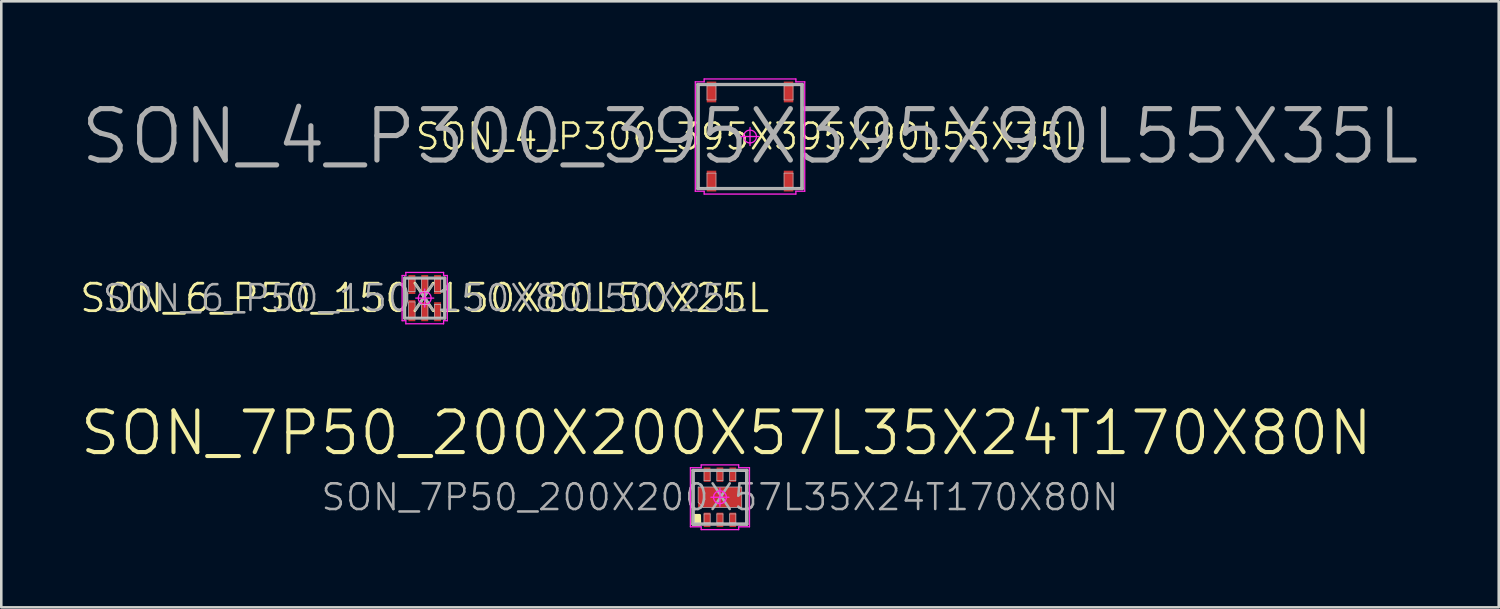
<source format=kicad_pcb>
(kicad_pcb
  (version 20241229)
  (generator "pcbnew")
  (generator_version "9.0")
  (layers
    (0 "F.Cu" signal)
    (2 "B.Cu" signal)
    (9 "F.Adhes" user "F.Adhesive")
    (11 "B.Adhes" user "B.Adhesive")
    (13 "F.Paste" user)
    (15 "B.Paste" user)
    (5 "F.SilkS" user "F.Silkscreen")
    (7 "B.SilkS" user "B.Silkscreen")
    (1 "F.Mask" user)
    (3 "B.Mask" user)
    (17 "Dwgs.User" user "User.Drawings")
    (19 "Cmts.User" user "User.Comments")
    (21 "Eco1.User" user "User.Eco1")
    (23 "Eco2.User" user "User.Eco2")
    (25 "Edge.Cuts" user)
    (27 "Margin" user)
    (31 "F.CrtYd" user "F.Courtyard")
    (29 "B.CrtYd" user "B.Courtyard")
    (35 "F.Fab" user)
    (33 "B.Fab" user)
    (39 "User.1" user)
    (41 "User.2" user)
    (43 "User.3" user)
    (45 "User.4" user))
  (footprint "SON_7P50_200X200X57L35X24T170X80N"
    (layer "F.Cu")
    (at 24.977 16.308)
    (property "Reference" "SON_7P50_200X200X57L35X24T170X80N" (at 0 0 0) (layer "F.Fab") (effects (font (size 1 1) (thickness 0.1))))
    (attr smd)
    (fp_line (start -1.05 -1.05) (end -0.78 -1.05) (stroke (width 0.1) (type solid)) (layer "F.SilkS"))
    (fp_line (start -1.05 1.05) (end -1.05 -1.05) (stroke (width 0.1) (type solid)) (layer "F.SilkS"))
    (fp_line (start -0.78 1.05) (end -1.05 1.05) (stroke (width 0.1) (type solid)) (layer "F.SilkS"))
    (fp_line (start 0.78 1.05) (end 1.05 1.05) (stroke (width 0.1) (type solid)) (layer "F.SilkS"))
    (fp_line (start 1.05 -1.05) (end 0.78 -1.05) (stroke (width 0.1) (type solid)) (layer "F.SilkS"))
    (fp_line (start 1.05 1.05) (end 1.05 -1.05) (stroke (width 0.1) (type solid)) (layer "F.SilkS"))
    (fp_poly (pts (xy -0.78 1.05) (xy -1.05 1.05) (xy -1.041 0.7) (xy -0.787 0.7)) (stroke (width 0.1) (type solid)) (fill yes) (layer "F.SilkS"))
    (fp_line (start -1 -1) (end 1 -1) (stroke (width 0.025) (type solid)) (layer "Dwgs.User"))
    (fp_line (start -1 1) (end -1 -1) (stroke (width 0.025) (type solid)) (layer "Dwgs.User"))
    (fp_line (start -0.85 -0.4) (end -0.85 0.2) (stroke (width 0.025) (type solid)) (layer "Dwgs.User"))
    (fp_line (start -0.85 0.2) (end -0.65 0.4) (stroke (width 0.025) (type solid)) (layer "Dwgs.User"))
    (fp_line (start -0.65 0.4) (end 0.85 0.4) (stroke (width 0.025) (type solid)) (layer "Dwgs.User"))
    (fp_line (start -0.62 -1) (end -0.38 -1) (stroke (width 0.025) (type solid)) (layer "Dwgs.User"))
    (fp_line (start -0.62 -0.65) (end -0.62 -1) (stroke (width 0.025) (type solid)) (layer "Dwgs.User"))
    (fp_line (start -0.62 0.65) (end -0.38 0.65) (stroke (width 0.025) (type solid)) (layer "Dwgs.User"))
    (fp_line (start -0.62 1) (end -0.62 0.65) (stroke (width 0.025) (type solid)) (layer "Dwgs.User"))
    (fp_line (start -0.38 -1) (end -0.38 -0.65) (stroke (width 0.025) (type solid)) (layer "Dwgs.User"))
    (fp_line (start -0.38 -0.65) (end -0.62 -0.65) (stroke (width 0.025) (type solid)) (layer "Dwgs.User"))
    (fp_line (start -0.38 0.65) (end -0.38 1) (stroke (width 0.025) (type solid)) (layer "Dwgs.User"))
    (fp_line (start -0.38 1) (end -0.62 1) (stroke (width 0.025) (type solid)) (layer "Dwgs.User"))
    (fp_line (start -0.12 -1) (end 0.12 -1) (stroke (width 0.025) (type solid)) (layer "Dwgs.User"))
    (fp_line (start -0.12 -0.65) (end -0.12 -1) (stroke (width 0.025) (type solid)) (layer "Dwgs.User"))
    (fp_line (start -0.12 0.65) (end 0.12 0.65) (stroke (width 0.025) (type solid)) (layer "Dwgs.User"))
    (fp_line (start -0.12 1) (end -0.12 0.65) (stroke (width 0.025) (type solid)) (layer "Dwgs.User"))
    (fp_line (start 0.12 -1) (end 0.12 -0.65) (stroke (width 0.025) (type solid)) (layer "Dwgs.User"))
    (fp_line (start 0.12 -0.65) (end -0.12 -0.65) (stroke (width 0.025) (type solid)) (layer "Dwgs.User"))
    (fp_line (start 0.12 0.65) (end 0.12 1) (stroke (width 0.025) (type solid)) (layer "Dwgs.User"))
    (fp_line (start 0.12 1) (end -0.12 1) (stroke (width 0.025) (type solid)) (layer "Dwgs.User"))
    (fp_line (start 0.38 -1) (end 0.62 -1) (stroke (width 0.025) (type solid)) (layer "Dwgs.User"))
    (fp_line (start 0.38 -0.65) (end 0.38 -1) (stroke (width 0.025) (type solid)) (layer "Dwgs.User"))
    (fp_line (start 0.38 0.65) (end 0.62 0.65) (stroke (width 0.025) (type solid)) (layer "Dwgs.User"))
    (fp_line (start 0.38 1) (end 0.38 0.65) (stroke (width 0.025) (type solid)) (layer "Dwgs.User"))
    (fp_line (start 0.62 -1) (end 0.62 -0.65) (stroke (width 0.025) (type solid)) (layer "Dwgs.User"))
    (fp_line (start 0.62 -0.65) (end 0.38 -0.65) (stroke (width 0.025) (type solid)) (layer "Dwgs.User"))
    (fp_line (start 0.62 0.65) (end 0.62 1) (stroke (width 0.025) (type solid)) (layer "Dwgs.User"))
    (fp_line (start 0.62 1) (end 0.38 1) (stroke (width 0.025) (type solid)) (layer "Dwgs.User"))
    (fp_line (start 0.85 -0.4) (end -0.85 -0.4) (stroke (width 0.025) (type solid)) (layer "Dwgs.User"))
    (fp_line (start 0.85 0.4) (end 0.85 -0.4) (stroke (width 0.025) (type solid)) (layer "Dwgs.User"))
    (fp_line (start 1 -1) (end 1 1) (stroke (width 0.025) (type solid)) (layer "Dwgs.User"))
    (fp_line (start 1 1) (end -1 1) (stroke (width 0.025) (type solid)) (layer "Dwgs.User"))
    (fp_line (start -1.15 -1.15) (end -1.15 1.15) (stroke (width 0.05) (type solid)) (layer "F.CrtYd"))
    (fp_line (start -1.15 1.15) (end -0.73 1.15) (stroke (width 0.05) (type solid)) (layer "F.CrtYd"))
    (fp_line (start -0.73 -1.26) (end -0.73 -1.15) (stroke (width 0.05) (type solid)) (layer "F.CrtYd"))
    (fp_line (start -0.73 -1.15) (end -1.15 -1.15) (stroke (width 0.05) (type solid)) (layer "F.CrtYd"))
    (fp_line (start -0.73 1.15) (end -0.73 1.26) (stroke (width 0.05) (type solid)) (layer "F.CrtYd"))
    (fp_line (start -0.73 1.26) (end 0.73 1.26) (stroke (width 0.05) (type solid)) (layer "F.CrtYd"))
    (fp_line (start -0.35 0) (end 0.35 0) (stroke (width 0.05) (type solid)) (layer "F.CrtYd"))
    (fp_line (start 0 -0.35) (end 0 0.35) (stroke (width 0.05) (type solid)) (layer "F.CrtYd"))
    (fp_line (start 0.73 -1.26) (end -0.73 -1.26) (stroke (width 0.05) (type solid)) (layer "F.CrtYd"))
    (fp_line (start 0.73 -1.15) (end 0.73 -1.26) (stroke (width 0.05) (type solid)) (layer "F.CrtYd"))
    (fp_line (start 0.73 1.15) (end 1.15 1.15) (stroke (width 0.05) (type solid)) (layer "F.CrtYd"))
    (fp_line (start 0.73 1.26) (end 0.73 1.15) (stroke (width 0.05) (type solid)) (layer "F.CrtYd"))
    (fp_line (start 1.15 -1.15) (end 0.73 -1.15) (stroke (width 0.05) (type solid)) (layer "F.CrtYd"))
    (fp_line (start 1.15 1.15) (end 1.15 -1.15) (stroke (width 0.05) (type solid)) (layer "F.CrtYd"))
    (fp_circle (center 0 0) (end 0 0.25) (stroke (width 0.05) (type solid)) (fill no) (layer "F.CrtYd"))
    (fp_line (start -1.05 -1.05) (end 1.05 -1.05) (stroke (width 0.12) (type solid)) (layer "F.Fab"))
    (fp_line (start -1.05 1.05) (end -1.05 -1.05) (stroke (width 0.12) (type solid)) (layer "F.Fab"))
    (fp_line (start 1.05 -1.05) (end 1.05 1.05) (stroke (width 0.12) (type solid)) (layer "F.Fab"))
    (fp_line (start 1.05 1.05) (end -1.05 1.05) (stroke (width 0.12) (type solid)) (layer "F.Fab"))
    (fp_text user "${REFERENCE}" (at 0.25 -2.5 0) (layer "F.SilkS") (effects (font (size 1.62 1.62) (thickness 0.16))))
    (pad "1" smd rect (at -0.5 0.88 90) (size 0.56 0.26) (layers "F.Cu" "F.Mask" "F.Paste"))
    (pad "2" smd rect (at 0 0.88 90) (size 0.56 0.26) (layers "F.Cu" "F.Mask" "F.Paste"))
    (pad "3" smd rect (at 0.5 0.88 90) (size 0.56 0.26) (layers "F.Cu" "F.Mask" "F.Paste"))
    (pad "4" smd rect (at 0.5 -0.88 90) (size 0.56 0.26) (layers "F.Cu" "F.Mask" "F.Paste"))
    (pad "5" smd rect (at 0 -0.88 90) (size 0.56 0.26) (layers "F.Cu" "F.Mask" "F.Paste"))
    (pad "6" smd rect (at -0.5 -0.88 90) (size 0.56 0.26) (layers "F.Cu" "F.Mask" "F.Paste"))
    (pad "7" smd rect (at 0 0 90) (size 0.8 1.7) (layers "F.Cu" "F.Mask" "F.Paste")))
  (footprint "SON_6_P50_150X150X80L50X25L"
    (layer "F.Cu")
    (at 13.484 8.555)
    (property "Reference" "SON_6_P50_150X150X80L50X25L" (at 0 0 0) (layer "F.Fab") (effects (font (size 1 1) (thickness 0.1))))
    (attr smd)
    (fp_line (start -0.785 0.78) (end -0.785 -0.78) (stroke (width 0.1) (type solid)) (layer "F.SilkS"))
    (fp_line (start 0.785 0.78) (end 0.785 -0.78) (stroke (width 0.1) (type solid)) (layer "F.SilkS"))
    (fp_line (start -0.75 -0.75) (end 0.75 -0.75) (stroke (width 0.025) (type solid)) (layer "Dwgs.User"))
    (fp_line (start -0.75 0.75) (end -0.75 -0.75) (stroke (width 0.025) (type solid)) (layer "Dwgs.User"))
    (fp_line (start -0.625 -0.75) (end -0.375 -0.75) (stroke (width 0.025) (type solid)) (layer "Dwgs.User"))
    (fp_line (start -0.625 -0.25) (end -0.625 -0.75) (stroke (width 0.025) (type solid)) (layer "Dwgs.User"))
    (fp_line (start -0.625 0.15) (end -0.375 0.15) (stroke (width 0.025) (type solid)) (layer "Dwgs.User"))
    (fp_line (start -0.625 0.75) (end -0.625 0.15) (stroke (width 0.025) (type solid)) (layer "Dwgs.User"))
    (fp_line (start -0.375 -0.75) (end -0.375 -0.25) (stroke (width 0.025) (type solid)) (layer "Dwgs.User"))
    (fp_line (start -0.375 -0.25) (end -0.625 -0.25) (stroke (width 0.025) (type solid)) (layer "Dwgs.User"))
    (fp_line (start -0.375 0.15) (end -0.375 0.75) (stroke (width 0.025) (type solid)) (layer "Dwgs.User"))
    (fp_line (start -0.375 0.75) (end -0.625 0.75) (stroke (width 0.025) (type solid)) (layer "Dwgs.User"))
    (fp_line (start -0.125 -0.75) (end 0.125 -0.75) (stroke (width 0.025) (type solid)) (layer "Dwgs.User"))
    (fp_line (start -0.125 -0.25) (end -0.125 -0.75) (stroke (width 0.025) (type solid)) (layer "Dwgs.User"))
    (fp_line (start -0.125 0.25) (end 0.125 0.25) (stroke (width 0.025) (type solid)) (layer "Dwgs.User"))
    (fp_line (start -0.125 0.75) (end -0.125 0.25) (stroke (width 0.025) (type solid)) (layer "Dwgs.User"))
    (fp_line (start 0.125 -0.75) (end 0.125 -0.25) (stroke (width 0.025) (type solid)) (layer "Dwgs.User"))
    (fp_line (start 0.125 -0.25) (end -0.125 -0.25) (stroke (width 0.025) (type solid)) (layer "Dwgs.User"))
    (fp_line (start 0.125 0.25) (end 0.125 0.75) (stroke (width 0.025) (type solid)) (layer "Dwgs.User"))
    (fp_line (start 0.125 0.75) (end -0.125 0.75) (stroke (width 0.025) (type solid)) (layer "Dwgs.User"))
    (fp_line (start 0.375 -0.75) (end 0.625 -0.75) (stroke (width 0.025) (type solid)) (layer "Dwgs.User"))
    (fp_line (start 0.375 -0.25) (end 0.375 -0.75) (stroke (width 0.025) (type solid)) (layer "Dwgs.User"))
    (fp_line (start 0.375 0.25) (end 0.625 0.25) (stroke (width 0.025) (type solid)) (layer "Dwgs.User"))
    (fp_line (start 0.375 0.75) (end 0.375 0.25) (stroke (width 0.025) (type solid)) (layer "Dwgs.User"))
    (fp_line (start 0.625 -0.75) (end 0.625 -0.25) (stroke (width 0.025) (type solid)) (layer "Dwgs.User"))
    (fp_line (start 0.625 -0.25) (end 0.375 -0.25) (stroke (width 0.025) (type solid)) (layer "Dwgs.User"))
    (fp_line (start 0.625 0.25) (end 0.625 0.75) (stroke (width 0.025) (type solid)) (layer "Dwgs.User"))
    (fp_line (start 0.625 0.75) (end 0.375 0.75) (stroke (width 0.025) (type solid)) (layer "Dwgs.User"))
    (fp_line (start 0.75 -0.75) (end 0.75 0.75) (stroke (width 0.025) (type solid)) (layer "Dwgs.User"))
    (fp_line (start 0.75 0.75) (end -0.75 0.75) (stroke (width 0.025) (type solid)) (layer "Dwgs.User"))
    (fp_line (start -0.88 -0.88) (end -0.88 0.88) (stroke (width 0.05) (type solid)) (layer "F.CrtYd"))
    (fp_line (start -0.88 0.88) (end -0.735 0.88) (stroke (width 0.05) (type solid)) (layer "F.CrtYd"))
    (fp_line (start -0.735 -1) (end -0.735 -0.88) (stroke (width 0.05) (type solid)) (layer "F.CrtYd"))
    (fp_line (start -0.735 -0.88) (end -0.88 -0.88) (stroke (width 0.05) (type solid)) (layer "F.CrtYd"))
    (fp_line (start -0.735 0.88) (end -0.735 1) (stroke (width 0.05) (type solid)) (layer "F.CrtYd"))
    (fp_line (start -0.735 1) (end 0.735 1) (stroke (width 0.05) (type solid)) (layer "F.CrtYd"))
    (fp_line (start -0.35 0) (end 0.35 0) (stroke (width 0.05) (type solid)) (layer "F.CrtYd"))
    (fp_line (start 0 -0.35) (end 0 0.35) (stroke (width 0.05) (type solid)) (layer "F.CrtYd"))
    (fp_line (start 0.735 -1) (end -0.735 -1) (stroke (width 0.05) (type solid)) (layer "F.CrtYd"))
    (fp_line (start 0.735 -0.88) (end 0.735 -1) (stroke (width 0.05) (type solid)) (layer "F.CrtYd"))
    (fp_line (start 0.735 0.88) (end 0.88 0.88) (stroke (width 0.05) (type solid)) (layer "F.CrtYd"))
    (fp_line (start 0.735 1) (end 0.735 0.88) (stroke (width 0.05) (type solid)) (layer "F.CrtYd"))
    (fp_line (start 0.88 -0.88) (end 0.735 -0.88) (stroke (width 0.05) (type solid)) (layer "F.CrtYd"))
    (fp_line (start 0.88 0.88) (end 0.88 -0.88) (stroke (width 0.05) (type solid)) (layer "F.CrtYd"))
    (fp_circle (center 0 0) (end 0 0.25) (stroke (width 0.05) (type solid)) (fill no) (layer "F.CrtYd"))
    (fp_line (start -0.78 -0.78) (end 0.78 -0.78) (stroke (width 0.12) (type solid)) (layer "F.Fab"))
    (fp_line (start -0.78 0.78) (end -0.78 -0.78) (stroke (width 0.12) (type solid)) (layer "F.Fab"))
    (fp_line (start 0.78 -0.78) (end 0.78 0.78) (stroke (width 0.12) (type solid)) (layer "F.Fab"))
    (fp_line (start 0.78 0.78) (end -0.78 0.78) (stroke (width 0.12) (type solid)) (layer "F.Fab"))
    (fp_text user "${REFERENCE}" (at 0 0 0) (layer "F.SilkS") (effects (font (size 1.07 1.07) (thickness 0.11))))
    (pad "1" smd rect (at -0.5 0.49 90) (size 0.82 0.27) (layers "F.Cu" "F.Mask" "F.Paste"))
    (pad "2" smd rect (at 0 0.53 90) (size 0.74 0.27) (layers "F.Cu" "F.Mask" "F.Paste"))
    (pad "3" smd rect (at 0.5 0.53 90) (size 0.74 0.27) (layers "F.Cu" "F.Mask" "F.Paste"))
    (pad "4" smd rect (at 0.5 -0.53 90) (size 0.74 0.27) (layers "F.Cu" "F.Mask" "F.Paste"))
    (pad "5" smd rect (at 0 -0.53 90) (size 0.74 0.27) (layers "F.Cu" "F.Mask" "F.Paste"))
    (pad "6" smd rect (at -0.5 -0.53 90) (size 0.74 0.27) (layers "F.Cu" "F.Mask" "F.Paste")))
  (footprint "SON_4_P300_395X395X90L55X35L"
    (layer "F.Cu")
    (at 26.148 2.265)
    (property "Reference" "SON_4_P300_395X395X90L55X35L" (at 0 0 0) (layer "F.SilkS") (effects (font (size 1 1) (thickness 0.1))))
    (attr smd)
    (fp_line (start -2.03 -2.03) (end -1.835 -2.03) (stroke (width 0.1) (type solid)) (layer "F.SilkS"))
    (fp_line (start -2.03 2.03) (end -2.03 -2.03) (stroke (width 0.1) (type solid)) (layer "F.SilkS"))
    (fp_line (start -1.835 2.03) (end -2.03 2.03) (stroke (width 0.1) (type solid)) (layer "F.SilkS"))
    (fp_line (start 1.835 2.03) (end 2.03 2.03) (stroke (width 0.1) (type solid)) (layer "F.SilkS"))
    (fp_line (start 2.03 -2.03) (end 1.835 -2.03) (stroke (width 0.1) (type solid)) (layer "F.SilkS"))
    (fp_line (start 2.03 2.03) (end 2.03 -2.03) (stroke (width 0.1) (type solid)) (layer "F.SilkS"))
    (fp_line (start -1.975 -1.975) (end 1.975 -1.975) (stroke (width 0.025) (type solid)) (layer "Dwgs.User"))
    (fp_line (start -1.975 1.975) (end -1.975 -1.975) (stroke (width 0.025) (type solid)) (layer "Dwgs.User"))
    (fp_line (start -1.675 -1.975) (end -1.325 -1.975) (stroke (width 0.025) (type solid)) (layer "Dwgs.User"))
    (fp_line (start -1.675 -1.425) (end -1.675 -1.975) (stroke (width 0.025) (type solid)) (layer "Dwgs.User"))
    (fp_line (start -1.675 1.425) (end -1.325 1.425) (stroke (width 0.025) (type solid)) (layer "Dwgs.User"))
    (fp_line (start -1.675 1.975) (end -1.675 1.425) (stroke (width 0.025) (type solid)) (layer "Dwgs.User"))
    (fp_line (start -1.325 -1.975) (end -1.325 -1.425) (stroke (width 0.025) (type solid)) (layer "Dwgs.User"))
    (fp_line (start -1.325 -1.425) (end -1.675 -1.425) (stroke (width 0.025) (type solid)) (layer "Dwgs.User"))
    (fp_line (start -1.325 1.425) (end -1.325 1.975) (stroke (width 0.025) (type solid)) (layer "Dwgs.User"))
    (fp_line (start -1.325 1.975) (end -1.675 1.975) (stroke (width 0.025) (type solid)) (layer "Dwgs.User"))
    (fp_line (start 1.325 -1.975) (end 1.675 -1.975) (stroke (width 0.025) (type solid)) (layer "Dwgs.User"))
    (fp_line (start 1.325 -1.425) (end 1.325 -1.975) (stroke (width 0.025) (type solid)) (layer "Dwgs.User"))
    (fp_line (start 1.325 1.425) (end 1.675 1.425) (stroke (width 0.025) (type solid)) (layer "Dwgs.User"))
    (fp_line (start 1.325 1.975) (end 1.325 1.425) (stroke (width 0.025) (type solid)) (layer "Dwgs.User"))
    (fp_line (start 1.675 -1.975) (end 1.675 -1.425) (stroke (width 0.025) (type solid)) (layer "Dwgs.User"))
    (fp_line (start 1.675 -1.425) (end 1.325 -1.425) (stroke (width 0.025) (type solid)) (layer "Dwgs.User"))
    (fp_line (start 1.675 1.425) (end 1.675 1.975) (stroke (width 0.025) (type solid)) (layer "Dwgs.User"))
    (fp_line (start 1.675 1.975) (end 1.325 1.975) (stroke (width 0.025) (type solid)) (layer "Dwgs.User"))
    (fp_line (start 1.975 -1.975) (end 1.975 1.975) (stroke (width 0.025) (type solid)) (layer "Dwgs.User"))
    (fp_line (start 1.975 1.975) (end -1.975 1.975) (stroke (width 0.025) (type solid)) (layer "Dwgs.User"))
    (fp_line (start -2.13 -2.13) (end -2.13 2.13) (stroke (width 0.05) (type solid)) (layer "F.CrtYd"))
    (fp_line (start -2.13 2.13) (end -1.785 2.13) (stroke (width 0.05) (type solid)) (layer "F.CrtYd"))
    (fp_line (start -1.785 -2.24) (end -1.785 -2.13) (stroke (width 0.05) (type solid)) (layer "F.CrtYd"))
    (fp_line (start -1.785 -2.13) (end -2.13 -2.13) (stroke (width 0.05) (type solid)) (layer "F.CrtYd"))
    (fp_line (start -1.785 2.13) (end -1.785 2.24) (stroke (width 0.05) (type solid)) (layer "F.CrtYd"))
    (fp_line (start -1.785 2.24) (end 1.785 2.24) (stroke (width 0.05) (type solid)) (layer "F.CrtYd"))
    (fp_line (start -0.35 0) (end 0.35 0) (stroke (width 0.05) (type solid)) (layer "F.CrtYd"))
    (fp_line (start 0 -0.35) (end 0 0.35) (stroke (width 0.05) (type solid)) (layer "F.CrtYd"))
    (fp_line (start 1.785 -2.24) (end -1.785 -2.24) (stroke (width 0.05) (type solid)) (layer "F.CrtYd"))
    (fp_line (start 1.785 -2.13) (end 1.785 -2.24) (stroke (width 0.05) (type solid)) (layer "F.CrtYd"))
    (fp_line (start 1.785 2.13) (end 2.13 2.13) (stroke (width 0.05) (type solid)) (layer "F.CrtYd"))
    (fp_line (start 1.785 2.24) (end 1.785 2.13) (stroke (width 0.05) (type solid)) (layer "F.CrtYd"))
    (fp_line (start 2.13 -2.13) (end 1.785 -2.13) (stroke (width 0.05) (type solid)) (layer "F.CrtYd"))
    (fp_line (start 2.13 2.13) (end 2.13 -2.13) (stroke (width 0.05) (type solid)) (layer "F.CrtYd"))
    (fp_circle (center 0 0) (end 0 0.25) (stroke (width 0.05) (type solid)) (fill no) (layer "F.CrtYd"))
    (fp_line (start -2.03 -2.03) (end 2.03 -2.03) (stroke (width 0.12) (type solid)) (layer "F.Fab"))
    (fp_line (start -2.03 2.03) (end -2.03 -2.03) (stroke (width 0.12) (type solid)) (layer "F.Fab"))
    (fp_line (start 2.03 -2.03) (end 2.03 2.03) (stroke (width 0.12) (type solid)) (layer "F.Fab"))
    (fp_line (start 2.03 2.03) (end -2.03 2.03) (stroke (width 0.12) (type solid)) (layer "F.Fab"))
    (fp_text user "${REFERENCE}" (at 0 0 0) (layer "F.Fab") (effects (font (size 2 2) (thickness 0.2))))
    (pad "1" smd rect (at -1.5 1.735 90) (size 0.81 0.37) (layers "F.Cu" "F.Mask" "F.Paste"))
    (pad "2" smd rect (at 1.5 1.735 90) (size 0.81 0.37) (layers "F.Cu" "F.Mask" "F.Paste"))
    (pad "3" smd rect (at 1.5 -1.735 90) (size 0.81 0.37) (layers "F.Cu" "F.Mask" "F.Paste"))
    (pad "4" smd rect (at -1.5 -1.735 90) (size 0.81 0.37) (layers "F.Cu" "F.Mask" "F.Paste")))
  (gr_rect
    (start -3 -3)
    (end 55.295 20.593)
    (stroke (width 0.1) (type default))
    (fill no)
    (layer "Edge.Cuts")))
</source>
